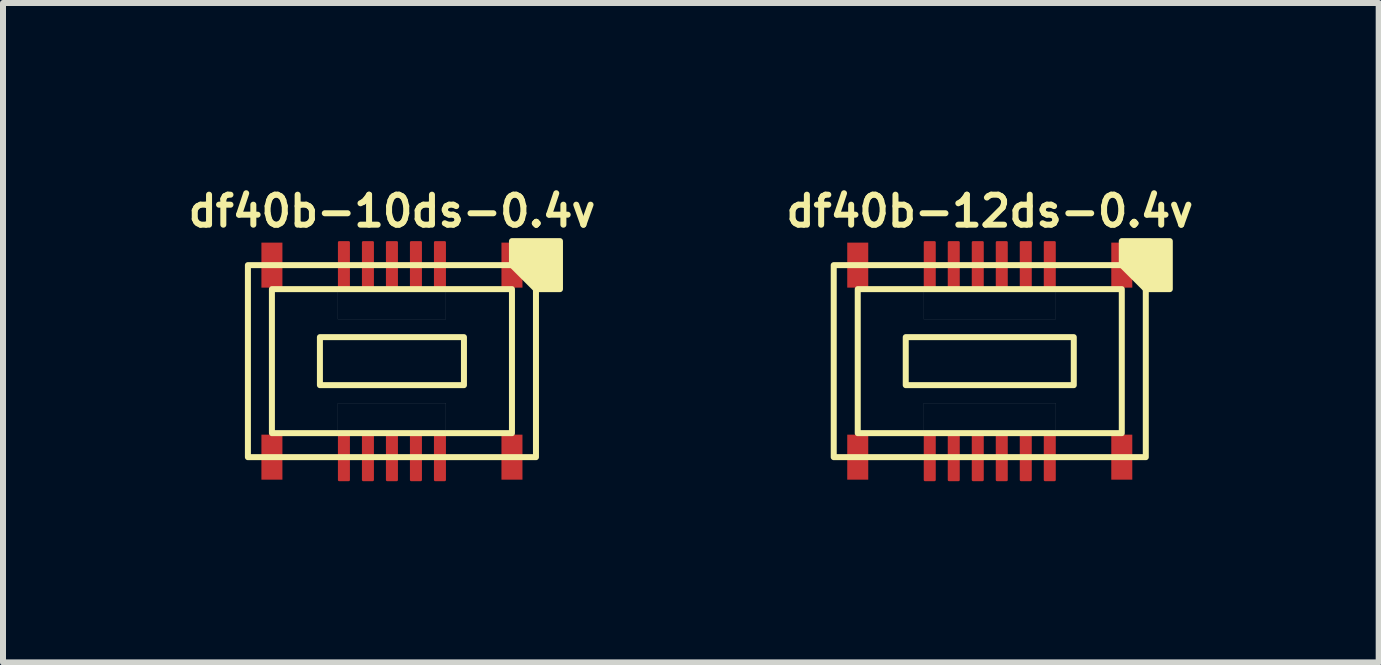
<source format=kicad_pcb>
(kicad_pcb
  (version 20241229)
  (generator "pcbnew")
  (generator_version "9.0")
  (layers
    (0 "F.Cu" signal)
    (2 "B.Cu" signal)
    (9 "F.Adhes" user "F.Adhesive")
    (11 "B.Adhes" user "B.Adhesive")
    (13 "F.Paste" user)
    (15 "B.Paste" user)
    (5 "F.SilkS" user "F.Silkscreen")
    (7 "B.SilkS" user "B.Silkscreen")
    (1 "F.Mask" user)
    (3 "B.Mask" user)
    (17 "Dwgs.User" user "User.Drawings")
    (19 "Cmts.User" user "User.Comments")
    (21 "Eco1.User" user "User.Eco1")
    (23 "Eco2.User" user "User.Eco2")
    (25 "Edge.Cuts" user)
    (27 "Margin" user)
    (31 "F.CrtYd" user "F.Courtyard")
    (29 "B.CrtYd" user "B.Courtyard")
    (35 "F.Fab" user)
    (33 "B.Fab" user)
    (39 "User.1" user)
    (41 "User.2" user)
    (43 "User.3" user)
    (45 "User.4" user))
  (footprint "df40b-10ds-0.4v"
    (layer "F.Cu")
    (at 3.481 2.968)
    (property "Reference" "df40b-10ds-0.4v" (at 0 -2.5 180) (layer "F.SilkS") (effects (font (size 0.5 0.5) (thickness 0.1))))
    (attr smd)
    (fp_rect (start -2.175 -1.975) (end -1.825 -1.225) (stroke (width 0) (type solid)) (fill yes) (layer "F.Cu"))
    (fp_rect (start -2.175 1.225) (end -1.825 1.975) (stroke (width 0) (type solid)) (fill yes) (layer "F.Cu"))
    (fp_rect (start 1.825 -1.975) (end 2.175 -1.225) (stroke (width 0) (type solid)) (fill yes) (layer "F.Cu"))
    (fp_rect (start 1.825 1.225) (end 2.175 1.975) (stroke (width 0) (type solid)) (fill yes) (layer "F.Cu"))
    (fp_rect (start -2.205 -2.005) (end -1.795 -1.195) (stroke (width 0.03) (type solid)) (fill yes) (layer "F.Mask"))
    (fp_rect (start -2.205 1.195) (end -1.795 2.005) (stroke (width 0.03) (type solid)) (fill yes) (layer "F.Mask"))
    (fp_rect (start 1.795 -2.005) (end 2.205 -1.195) (stroke (width 0.03) (type solid)) (fill yes) (layer "F.Mask"))
    (fp_rect (start 1.795 1.195) (end 2.205 2.005) (stroke (width 0.03) (type solid)) (fill yes) (layer "F.Mask"))
    (fp_rect (start -1.2 -0.4) (end 1.2 0.4) (stroke (width 0.1) (type default)) (fill no) (layer "F.SilkS"))
    (fp_rect (start 2 -1.2) (end -2 1.2) (stroke (width 0.1) (type default)) (fill no) (layer "F.SilkS"))
    (fp_rect (start 2.4 -1.6) (end -2.4 1.6) (stroke (width 0.1) (type default)) (fill no) (layer "F.SilkS"))
    (fp_poly (pts (xy 2 -1.6) (xy 2 -2) (xy 2.8 -2) (xy 2.8 -1.2) (xy 2.4 -1.2)) (stroke (width 0.1) (type solid)) (fill yes) (layer "F.SilkS"))
    (fp_rect (start -2.175 -1.975) (end -1.825 -1.225) (stroke (width 0) (type solid)) (fill yes) (layer "F.Paste"))
    (fp_rect (start -2.175 1.225) (end -1.825 1.975) (stroke (width 0) (type solid)) (fill yes) (layer "F.Paste"))
    (fp_rect (start 1.825 -1.975) (end 2.175 -1.225) (stroke (width 0) (type solid)) (fill yes) (layer "F.Paste"))
    (fp_rect (start 1.825 1.225) (end 2.175 1.975) (stroke (width 0) (type solid)) (fill yes) (layer "F.Paste"))
    (fp_poly (pts (xy -0.9 -1.2) (xy 0.9 -1.2) (xy 0.9 -0.7) (xy -0.9 -0.7)) (stroke (width 0.001) (type solid)) (fill no) (layer "Dwgs.User"))
    (fp_poly (pts (xy -0.9 0.7) (xy 0.9 0.7) (xy 0.9 1.2) (xy -0.9 1.2)) (stroke (width 0.001) (type solid)) (fill no) (layer "Dwgs.User"))
    (pad "1" smd roundrect (at 0.8 -1.6) (size 0.2 0.8) (layers "F.Cu" "F.Mask" "F.Paste") (roundrect_rratio 0.1))
    (pad "2" smd roundrect (at 0.8 1.6) (size 0.2 0.8) (layers "F.Cu" "F.Mask" "F.Paste") (roundrect_rratio 0.1))
    (pad "3" smd roundrect (at 0.4 -1.6) (size 0.2 0.8) (layers "F.Cu" "F.Mask" "F.Paste") (roundrect_rratio 0.1))
    (pad "4" smd roundrect (at 0.4 1.6) (size 0.2 0.8) (layers "F.Cu" "F.Mask" "F.Paste") (roundrect_rratio 0.1))
    (pad "5" smd roundrect (at 0 -1.6) (size 0.2 0.8) (layers "F.Cu" "F.Mask" "F.Paste") (roundrect_rratio 0.1))
    (pad "6" smd roundrect (at 0 1.6) (size 0.2 0.8) (layers "F.Cu" "F.Mask" "F.Paste") (roundrect_rratio 0.1))
    (pad "7" smd roundrect (at -0.4 -1.6) (size 0.2 0.8) (layers "F.Cu" "F.Mask" "F.Paste") (roundrect_rratio 0.1))
    (pad "8" smd roundrect (at -0.4 1.6) (size 0.2 0.8) (layers "F.Cu" "F.Mask" "F.Paste") (roundrect_rratio 0.1))
    (pad "9" smd roundrect (at -0.8 -1.6) (size 0.2 0.8) (layers "F.Cu" "F.Mask" "F.Paste") (roundrect_rratio 0.1))
    (pad "10" smd roundrect (at -0.8 1.6) (size 0.2 0.8) (layers "F.Cu" "F.Mask" "F.Paste") (roundrect_rratio 0.1)))
  (footprint "df40b-12ds-0.4v"
    (layer "F.Cu")
    (at 13.443 2.968)
    (property "Reference" "df40b-12ds-0.4v" (at 0 -2.5 180) (layer "F.SilkS") (effects (font (size 0.5 0.5) (thickness 0.1))))
    (attr smd)
    (fp_rect (start -2.375 -1.975) (end -2.025 -1.225) (stroke (width 0) (type solid)) (fill yes) (layer "F.Cu"))
    (fp_rect (start -2.375 1.225) (end -2.025 1.975) (stroke (width 0) (type solid)) (fill yes) (layer "F.Cu"))
    (fp_rect (start 2.025 -1.975) (end 2.375 -1.225) (stroke (width 0) (type solid)) (fill yes) (layer "F.Cu"))
    (fp_rect (start 2.025 1.225) (end 2.375 1.975) (stroke (width 0) (type solid)) (fill yes) (layer "F.Cu"))
    (fp_rect (start -2.405 -2.005) (end -1.995 -1.195) (stroke (width 0.03) (type solid)) (fill yes) (layer "F.Mask"))
    (fp_rect (start -2.405 1.195) (end -1.995 2.005) (stroke (width 0.03) (type solid)) (fill yes) (layer "F.Mask"))
    (fp_rect (start 1.995 -2.005) (end 2.405 -1.195) (stroke (width 0.03) (type solid)) (fill yes) (layer "F.Mask"))
    (fp_rect (start 1.995 1.195) (end 2.405 2.005) (stroke (width 0.03) (type solid)) (fill yes) (layer "F.Mask"))
    (fp_rect (start -1.4 -0.4) (end 1.4 0.4) (stroke (width 0.1) (type default)) (fill no) (layer "F.SilkS"))
    (fp_rect (start 2.2 -1.2) (end -2.2 1.2) (stroke (width 0.1) (type default)) (fill no) (layer "F.SilkS"))
    (fp_rect (start 2.6 -1.6) (end -2.6 1.6) (stroke (width 0.1) (type default)) (fill no) (layer "F.SilkS"))
    (fp_poly (pts (xy 2.2 -1.6) (xy 2.2 -2) (xy 3 -2) (xy 3 -1.2) (xy 2.6 -1.2)) (stroke (width 0.1) (type solid)) (fill yes) (layer "F.SilkS"))
    (fp_rect (start -2.375 -1.975) (end -2.025 -1.225) (stroke (width 0) (type solid)) (fill yes) (layer "F.Paste"))
    (fp_rect (start -2.375 1.225) (end -2.025 1.975) (stroke (width 0) (type solid)) (fill yes) (layer "F.Paste"))
    (fp_rect (start 2.025 -1.975) (end 2.375 -1.225) (stroke (width 0) (type solid)) (fill yes) (layer "F.Paste"))
    (fp_rect (start 2.025 1.225) (end 2.375 1.975) (stroke (width 0) (type solid)) (fill yes) (layer "F.Paste"))
    (fp_poly (pts (xy -1.1 -1.2) (xy 1.1 -1.2) (xy 1.1 -0.7) (xy -1.1 -0.7)) (stroke (width 0.001) (type solid)) (fill no) (layer "Dwgs.User"))
    (fp_poly (pts (xy -1.1 0.7) (xy 1.1 0.7) (xy 1.1 1.2) (xy -1.1 1.2)) (stroke (width 0.001) (type solid)) (fill no) (layer "Dwgs.User"))
    (pad "1" smd roundrect (at 1 -1.6) (size 0.2 0.8) (layers "F.Cu" "F.Mask" "F.Paste") (roundrect_rratio 0.1))
    (pad "2" smd roundrect (at 1 1.6) (size 0.2 0.8) (layers "F.Cu" "F.Mask" "F.Paste") (roundrect_rratio 0.1))
    (pad "3" smd roundrect (at 0.6 -1.6) (size 0.2 0.8) (layers "F.Cu" "F.Mask" "F.Paste") (roundrect_rratio 0.1))
    (pad "4" smd roundrect (at 0.6 1.6) (size 0.2 0.8) (layers "F.Cu" "F.Mask" "F.Paste") (roundrect_rratio 0.1))
    (pad "5" smd roundrect (at 0.2 -1.6) (size 0.2 0.8) (layers "F.Cu" "F.Mask" "F.Paste") (roundrect_rratio 0.1))
    (pad "6" smd roundrect (at 0.2 1.6) (size 0.2 0.8) (layers "F.Cu" "F.Mask" "F.Paste") (roundrect_rratio 0.1))
    (pad "7" smd roundrect (at -0.2 -1.6) (size 0.2 0.8) (layers "F.Cu" "F.Mask" "F.Paste") (roundrect_rratio 0.1))
    (pad "8" smd roundrect (at -0.2 1.6) (size 0.2 0.8) (layers "F.Cu" "F.Mask" "F.Paste") (roundrect_rratio 0.1))
    (pad "9" smd roundrect (at -0.6 -1.6) (size 0.2 0.8) (layers "F.Cu" "F.Mask" "F.Paste") (roundrect_rratio 0.1))
    (pad "10" smd roundrect (at -0.6 1.6) (size 0.2 0.8) (layers "F.Cu" "F.Mask" "F.Paste") (roundrect_rratio 0.1))
    (pad "11" smd roundrect (at -1 -1.6) (size 0.2 0.8) (layers "F.Cu" "F.Mask" "F.Paste") (roundrect_rratio 0.1))
    (pad "12" smd roundrect (at -1 1.6) (size 0.2 0.8) (layers "F.Cu" "F.Mask" "F.Paste") (roundrect_rratio 0.1)))
  (gr_rect
    (start -3 -3)
    (end 19.924 7.988)
    (stroke (width 0.1) (type default))
    (fill no)
    (layer "Edge.Cuts")))
</source>
